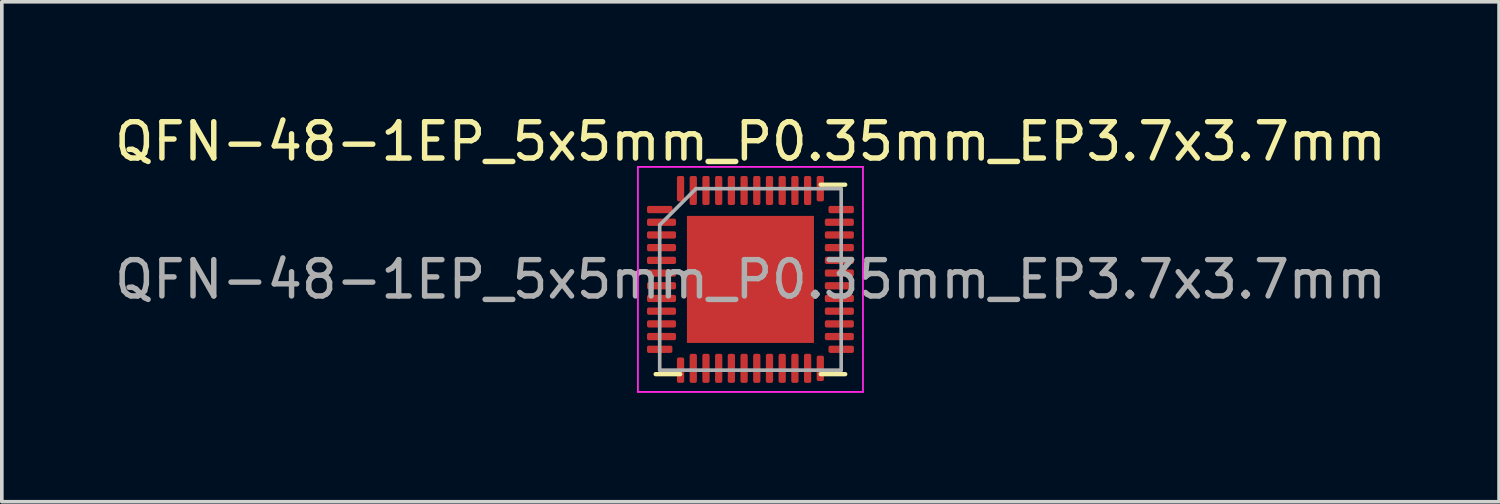
<source format=kicad_pcb>
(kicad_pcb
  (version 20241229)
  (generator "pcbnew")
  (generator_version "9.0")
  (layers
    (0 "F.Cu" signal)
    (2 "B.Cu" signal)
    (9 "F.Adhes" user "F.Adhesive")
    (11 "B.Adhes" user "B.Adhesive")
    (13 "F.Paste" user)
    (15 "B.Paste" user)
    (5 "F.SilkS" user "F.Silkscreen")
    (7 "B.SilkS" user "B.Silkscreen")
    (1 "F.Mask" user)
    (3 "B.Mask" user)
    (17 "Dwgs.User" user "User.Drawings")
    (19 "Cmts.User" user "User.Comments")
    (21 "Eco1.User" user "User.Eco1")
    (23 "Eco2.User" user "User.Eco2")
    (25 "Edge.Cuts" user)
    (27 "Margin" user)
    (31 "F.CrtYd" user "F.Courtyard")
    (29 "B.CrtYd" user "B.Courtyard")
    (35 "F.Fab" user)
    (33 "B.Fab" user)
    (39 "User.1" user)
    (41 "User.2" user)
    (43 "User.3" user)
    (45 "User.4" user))
  (footprint "QFN-48-1EP_5x5mm_P0.35mm_EP3.7x3.7mm"
    (layer "F.Cu")
    (at 17.625 4.648)
    (property "Reference" "QFN-48-1EP_5x5mm_P0.35mm_EP3.7x3.7mm" (at 0 -3.8 0) (layer "F.SilkS") (effects (font (size 1 1) (thickness 0.15))))
    (attr smd)
    (fp_line (start -1.935 2.61) (end -2.61 2.61) (stroke (width 0.12) (type solid)) (layer "F.SilkS"))
    (fp_line (start 1.935 -2.61) (end 2.61 -2.61) (stroke (width 0.12) (type solid)) (layer "F.SilkS"))
    (fp_line (start 1.935 2.61) (end 2.61 2.61) (stroke (width 0.12) (type solid)) (layer "F.SilkS"))
    (fp_line (start -3.1 -3.1) (end -3.1 3.1) (stroke (width 0.05) (type solid)) (layer "F.CrtYd"))
    (fp_line (start -3.1 3.1) (end 3.1 3.1) (stroke (width 0.05) (type solid)) (layer "F.CrtYd"))
    (fp_line (start 3.1 -3.1) (end -3.1 -3.1) (stroke (width 0.05) (type solid)) (layer "F.CrtYd"))
    (fp_line (start 3.1 3.1) (end 3.1 -3.1) (stroke (width 0.05) (type solid)) (layer "F.CrtYd"))
    (fp_line (start -2.5 -1.5) (end -1.5 -2.5) (stroke (width 0.1) (type solid)) (layer "F.Fab"))
    (fp_line (start -2.5 2.5) (end -2.5 -1.5) (stroke (width 0.1) (type solid)) (layer "F.Fab"))
    (fp_line (start -1.5 -2.5) (end 2.5 -2.5) (stroke (width 0.1) (type solid)) (layer "F.Fab"))
    (fp_line (start 2.5 -2.5) (end 2.5 2.5) (stroke (width 0.1) (type solid)) (layer "F.Fab"))
    (fp_line (start 2.5 2.5) (end -2.5 2.5) (stroke (width 0.1) (type solid)) (layer "F.Fab"))
    (fp_text user "${REFERENCE}" (at 0 0 0) (layer "F.Fab") (effects (font (size 1 1) (thickness 0.15))))
    (pad "" smd roundrect (at -1.23 -1.23) (size 0.99 0.99) (layers "F.Paste") (roundrect_rratio 0.25))
    (pad "" smd roundrect (at -1.23 0) (size 0.99 0.99) (layers "F.Paste") (roundrect_rratio 0.25))
    (pad "" smd roundrect (at -1.23 1.23) (size 0.99 0.99) (layers "F.Paste") (roundrect_rratio 0.25))
    (pad "" smd roundrect (at 0 -1.23) (size 0.99 0.99) (layers "F.Paste") (roundrect_rratio 0.25))
    (pad "" smd roundrect (at 0 0) (size 0.99 0.99) (layers "F.Paste") (roundrect_rratio 0.25))
    (pad "" smd roundrect (at 0 1.23) (size 0.99 0.99) (layers "F.Paste") (roundrect_rratio 0.25))
    (pad "" smd roundrect (at 1.23 -1.23) (size 0.99 0.99) (layers "F.Paste") (roundrect_rratio 0.25))
    (pad "" smd roundrect (at 1.23 0) (size 0.99 0.99) (layers "F.Paste") (roundrect_rratio 0.25))
    (pad "" smd roundrect (at 1.23 1.23) (size 0.99 0.99) (layers "F.Paste") (roundrect_rratio 0.25))
    (pad "1" smd roundrect (at -2.5 -1.925) (size 0.7 0.2) (layers "F.Cu" "F.Mask" "F.Paste") (roundrect_rratio 0.25))
    (pad "2" smd roundrect (at -2.45 -1.575) (size 0.8 0.2) (layers "F.Cu" "F.Mask" "F.Paste") (roundrect_rratio 0.25))
    (pad "3" smd roundrect (at -2.45 -1.225) (size 0.8 0.2) (layers "F.Cu" "F.Mask" "F.Paste") (roundrect_rratio 0.25))
    (pad "4" smd roundrect (at -2.45 -0.875) (size 0.8 0.2) (layers "F.Cu" "F.Mask" "F.Paste") (roundrect_rratio 0.25))
    (pad "5" smd roundrect (at -2.45 -0.525) (size 0.8 0.2) (layers "F.Cu" "F.Mask" "F.Paste") (roundrect_rratio 0.25))
    (pad "6" smd roundrect (at -2.45 -0.175) (size 0.8 0.2) (layers "F.Cu" "F.Mask" "F.Paste") (roundrect_rratio 0.25))
    (pad "7" smd roundrect (at -2.45 0.175) (size 0.8 0.2) (layers "F.Cu" "F.Mask" "F.Paste") (roundrect_rratio 0.25))
    (pad "8" smd roundrect (at -2.45 0.525) (size 0.8 0.2) (layers "F.Cu" "F.Mask" "F.Paste") (roundrect_rratio 0.25))
    (pad "9" smd roundrect (at -2.45 0.875) (size 0.8 0.2) (layers "F.Cu" "F.Mask" "F.Paste") (roundrect_rratio 0.25))
    (pad "10" smd roundrect (at -2.45 1.225) (size 0.8 0.2) (layers "F.Cu" "F.Mask" "F.Paste") (roundrect_rratio 0.25))
    (pad "11" smd roundrect (at -2.45 1.575) (size 0.8 0.2) (layers "F.Cu" "F.Mask" "F.Paste") (roundrect_rratio 0.25))
    (pad "12" smd roundrect (at -2.5 1.925) (size 0.7 0.2) (layers "F.Cu" "F.Mask" "F.Paste") (roundrect_rratio 0.25))
    (pad "13" smd roundrect (at -1.925 2.5 90) (size 0.7 0.2) (layers "F.Cu" "F.Mask" "F.Paste") (roundrect_rratio 0.25))
    (pad "14" smd roundrect (at -1.575 2.45 90) (size 0.8 0.2) (layers "F.Cu" "F.Mask" "F.Paste") (roundrect_rratio 0.25))
    (pad "15" smd roundrect (at -1.225 2.45) (size 0.2 0.8) (layers "F.Cu" "F.Mask" "F.Paste") (roundrect_rratio 0.25))
    (pad "16" smd roundrect (at -0.875 2.45) (size 0.2 0.8) (layers "F.Cu" "F.Mask" "F.Paste") (roundrect_rratio 0.25))
    (pad "17" smd roundrect (at -0.525 2.45) (size 0.2 0.8) (layers "F.Cu" "F.Mask" "F.Paste") (roundrect_rratio 0.25))
    (pad "18" smd roundrect (at -0.175 2.45) (size 0.2 0.8) (layers "F.Cu" "F.Mask" "F.Paste") (roundrect_rratio 0.25))
    (pad "19" smd roundrect (at 0.175 2.45) (size 0.2 0.8) (layers "F.Cu" "F.Mask" "F.Paste") (roundrect_rratio 0.25))
    (pad "20" smd roundrect (at 0.525 2.45) (size 0.2 0.8) (layers "F.Cu" "F.Mask" "F.Paste") (roundrect_rratio 0.25))
    (pad "21" smd roundrect (at 0.875 2.45) (size 0.2 0.8) (layers "F.Cu" "F.Mask" "F.Paste") (roundrect_rratio 0.25))
    (pad "22" smd roundrect (at 1.225 2.45) (size 0.2 0.8) (layers "F.Cu" "F.Mask" "F.Paste") (roundrect_rratio 0.25))
    (pad "23" smd roundrect (at 1.575 2.45) (size 0.2 0.8) (layers "F.Cu" "F.Mask" "F.Paste") (roundrect_rratio 0.25))
    (pad "24" smd roundrect (at 1.925 2.45) (size 0.2 0.7) (layers "F.Cu" "F.Mask" "F.Paste") (roundrect_rratio 0.25))
    (pad "25" smd roundrect (at 2.5 1.925 180) (size 0.7 0.2) (layers "F.Cu" "F.Mask" "F.Paste") (roundrect_rratio 0.25))
    (pad "26" smd roundrect (at 2.45 1.575) (size 0.8 0.2) (layers "F.Cu" "F.Mask" "F.Paste") (roundrect_rratio 0.25))
    (pad "27" smd roundrect (at 2.45 1.225) (size 0.8 0.2) (layers "F.Cu" "F.Mask" "F.Paste") (roundrect_rratio 0.25))
    (pad "28" smd roundrect (at 2.45 0.875) (size 0.8 0.2) (layers "F.Cu" "F.Mask" "F.Paste") (roundrect_rratio 0.25))
    (pad "29" smd roundrect (at 2.45 0.525) (size 0.8 0.2) (layers "F.Cu" "F.Mask" "F.Paste") (roundrect_rratio 0.25))
    (pad "30" smd roundrect (at 2.45 0.175) (size 0.8 0.2) (layers "F.Cu" "F.Mask" "F.Paste") (roundrect_rratio 0.25))
    (pad "31" smd roundrect (at 2.45 -0.175) (size 0.8 0.2) (layers "F.Cu" "F.Mask" "F.Paste") (roundrect_rratio 0.25))
    (pad "32" smd roundrect (at 2.45 -0.525) (size 0.8 0.2) (layers "F.Cu" "F.Mask" "F.Paste") (roundrect_rratio 0.25))
    (pad "33" smd roundrect (at 2.45 -0.875) (size 0.8 0.2) (layers "F.Cu" "F.Mask" "F.Paste") (roundrect_rratio 0.25))
    (pad "34" smd roundrect (at 2.45 -1.225) (size 0.8 0.2) (layers "F.Cu" "F.Mask" "F.Paste") (roundrect_rratio 0.25))
    (pad "35" smd roundrect (at 2.45 -1.575) (size 0.8 0.2) (layers "F.Cu" "F.Mask" "F.Paste") (roundrect_rratio 0.25))
    (pad "36" smd roundrect (at 2.5 -1.925) (size 0.7 0.2) (layers "F.Cu" "F.Mask" "F.Paste") (roundrect_rratio 0.25))
    (pad "37" smd roundrect (at 1.925 -2.5 90) (size 0.7 0.2) (layers "F.Cu" "F.Mask" "F.Paste") (roundrect_rratio 0.25))
    (pad "38" smd roundrect (at 1.575 -2.45 90) (size 0.8 0.2) (layers "F.Cu" "F.Mask" "F.Paste") (roundrect_rratio 0.25))
    (pad "39" smd roundrect (at 1.225 -2.45) (size 0.2 0.8) (layers "F.Cu" "F.Mask" "F.Paste") (roundrect_rratio 0.25))
    (pad "40" smd roundrect (at 0.875 -2.45) (size 0.2 0.8) (layers "F.Cu" "F.Mask" "F.Paste") (roundrect_rratio 0.25))
    (pad "41" smd roundrect (at 0.525 -2.45) (size 0.2 0.8) (layers "F.Cu" "F.Mask" "F.Paste") (roundrect_rratio 0.25))
    (pad "42" smd roundrect (at 0.175 -2.45) (size 0.2 0.8) (layers "F.Cu" "F.Mask" "F.Paste") (roundrect_rratio 0.25))
    (pad "43" smd roundrect (at -0.175 -2.45) (size 0.2 0.8) (layers "F.Cu" "F.Mask" "F.Paste") (roundrect_rratio 0.25))
    (pad "44" smd roundrect (at -0.525 -2.45) (size 0.2 0.8) (layers "F.Cu" "F.Mask" "F.Paste") (roundrect_rratio 0.25))
    (pad "45" smd roundrect (at -0.875 -2.45) (size 0.2 0.8) (layers "F.Cu" "F.Mask" "F.Paste") (roundrect_rratio 0.25))
    (pad "46" smd roundrect (at -1.225 -2.45) (size 0.2 0.8) (layers "F.Cu" "F.Mask" "F.Paste") (roundrect_rratio 0.25))
    (pad "47" smd roundrect (at -1.575 -2.45) (size 0.2 0.8) (layers "F.Cu" "F.Mask" "F.Paste") (roundrect_rratio 0.25))
    (pad "48" smd roundrect (at -1.925 -2.5) (size 0.2 0.7) (layers "F.Cu" "F.Mask" "F.Paste") (roundrect_rratio 0.25))
    (pad "49" smd rect (at 0 0) (size 3.5 3.5) (layers "F.Cu" "F.Mask")))
  (gr_rect
    (start -3 -3)
    (end 38.25 10.773)
    (stroke (width 0.1) (type default))
    (fill no)
    (layer "Edge.Cuts")))
</source>
